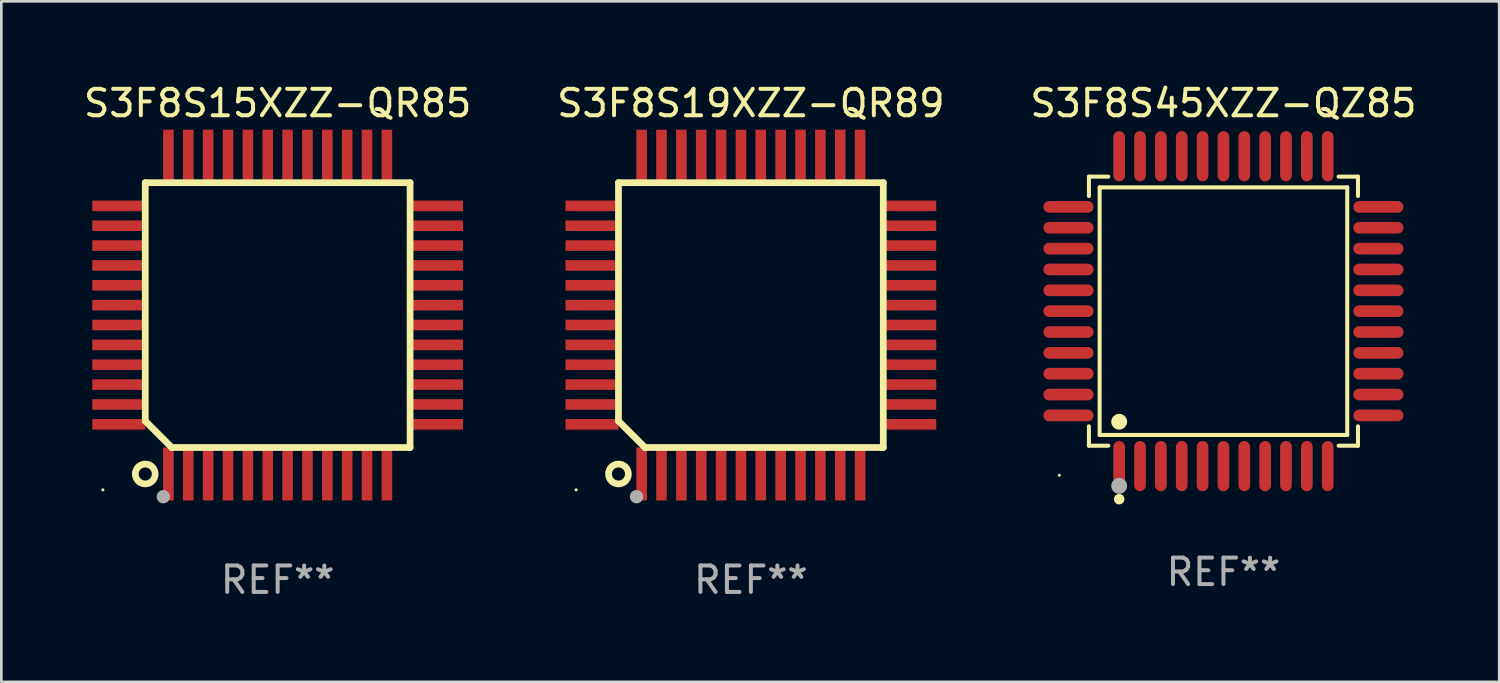
<source format=kicad_pcb>
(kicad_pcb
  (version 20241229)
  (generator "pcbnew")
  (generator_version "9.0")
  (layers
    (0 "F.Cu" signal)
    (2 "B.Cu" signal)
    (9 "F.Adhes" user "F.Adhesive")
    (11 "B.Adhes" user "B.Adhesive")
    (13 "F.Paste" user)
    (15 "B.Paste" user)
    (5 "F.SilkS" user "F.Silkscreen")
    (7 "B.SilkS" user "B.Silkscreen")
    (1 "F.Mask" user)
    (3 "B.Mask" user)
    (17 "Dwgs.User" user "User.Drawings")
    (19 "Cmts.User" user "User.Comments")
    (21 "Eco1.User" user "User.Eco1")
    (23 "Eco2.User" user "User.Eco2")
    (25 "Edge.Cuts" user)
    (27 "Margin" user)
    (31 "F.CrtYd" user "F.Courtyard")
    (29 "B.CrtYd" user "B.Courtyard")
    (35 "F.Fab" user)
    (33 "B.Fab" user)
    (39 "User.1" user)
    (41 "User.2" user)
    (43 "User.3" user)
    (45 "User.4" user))
  (footprint "S3F8S19XZZ-QR89"
    (layer "F.Cu")
    (at 25.304 8.848)
    (property "Reference" "S3F8S19XZZ-QR89" (at 0 -8 0) (layer "F.SilkS") (effects (font (size 1 1) (thickness 0.15))))
    (attr through_hole)
    (fp_line (start -5 -5) (end 5 -5) (stroke (width 0.254) (type solid)) (layer "F.SilkS"))
    (fp_line (start -5 4) (end -5 -5) (stroke (width 0.254) (type solid)) (layer "F.SilkS"))
    (fp_line (start -4 5) (end -5 4) (stroke (width 0.254) (type solid)) (layer "F.SilkS"))
    (fp_line (start 5 -5) (end 5 5) (stroke (width 0.254) (type solid)) (layer "F.SilkS"))
    (fp_line (start 5 5) (end -4 5) (stroke (width 0.254) (type solid)) (layer "F.SilkS"))
    (fp_circle (center -6.6 6.6) (end -6.57 6.6) (stroke (width 0.06) (type solid)) (fill no) (layer "F.SilkS"))
    (fp_circle (center -5 6) (end -4.625 6) (stroke (width 0.254) (type solid)) (fill no) (layer "F.SilkS"))
    (fp_circle (center -4.318 6.858) (end -4.191 6.858) (stroke (width 0.254) (type solid)) (fill no) (layer "F.Fab"))
    (fp_text user "REF**" (at 0 10 0) (layer "F.Fab") (effects (font (size 1 1) (thickness 0.15))))
    (pad "1" smd rect (at -4.125 6) (size 0.4 2) (layers "F.Cu" "F.Mask" "F.Paste"))
    (pad "2" smd rect (at -3.375 6) (size 0.4 2) (layers "F.Cu" "F.Mask" "F.Paste"))
    (pad "3" smd rect (at -2.625 6) (size 0.4 2) (layers "F.Cu" "F.Mask" "F.Paste"))
    (pad "4" smd rect (at -1.875 6) (size 0.4 2) (layers "F.Cu" "F.Mask" "F.Paste"))
    (pad "5" smd rect (at -1.125 6) (size 0.4 2) (layers "F.Cu" "F.Mask" "F.Paste"))
    (pad "6" smd rect (at -0.375 6) (size 0.4 2) (layers "F.Cu" "F.Mask" "F.Paste"))
    (pad "7" smd rect (at 0.375 6) (size 0.4 2) (layers "F.Cu" "F.Mask" "F.Paste"))
    (pad "8" smd rect (at 1.125 6) (size 0.4 2) (layers "F.Cu" "F.Mask" "F.Paste"))
    (pad "9" smd rect (at 1.875 6) (size 0.4 2) (layers "F.Cu" "F.Mask" "F.Paste"))
    (pad "10" smd rect (at 2.625 6) (size 0.4 2) (layers "F.Cu" "F.Mask" "F.Paste"))
    (pad "11" smd rect (at 3.375 6) (size 0.4 2) (layers "F.Cu" "F.Mask" "F.Paste"))
    (pad "12" smd rect (at 4.125 6) (size 0.4 2) (layers "F.Cu" "F.Mask" "F.Paste"))
    (pad "13" smd rect (at 6 4.125 90) (size 0.4 2) (layers "F.Cu" "F.Mask" "F.Paste"))
    (pad "14" smd rect (at 6 3.375 90) (size 0.4 2) (layers "F.Cu" "F.Mask" "F.Paste"))
    (pad "15" smd rect (at 6 2.625 90) (size 0.4 2) (layers "F.Cu" "F.Mask" "F.Paste"))
    (pad "16" smd rect (at 6 1.875 90) (size 0.4 2) (layers "F.Cu" "F.Mask" "F.Paste"))
    (pad "17" smd rect (at 6 1.125 90) (size 0.4 2) (layers "F.Cu" "F.Mask" "F.Paste"))
    (pad "18" smd rect (at 6 0.375 90) (size 0.4 2) (layers "F.Cu" "F.Mask" "F.Paste"))
    (pad "19" smd rect (at 6 -0.375 90) (size 0.4 2) (layers "F.Cu" "F.Mask" "F.Paste"))
    (pad "20" smd rect (at 6 -1.125 90) (size 0.4 2) (layers "F.Cu" "F.Mask" "F.Paste"))
    (pad "21" smd rect (at 6 -1.875 90) (size 0.4 2) (layers "F.Cu" "F.Mask" "F.Paste"))
    (pad "22" smd rect (at 6 -2.625 90) (size 0.4 2) (layers "F.Cu" "F.Mask" "F.Paste"))
    (pad "23" smd rect (at 6 -3.375 90) (size 0.4 2) (layers "F.Cu" "F.Mask" "F.Paste"))
    (pad "24" smd rect (at 6 -4.125 90) (size 0.4 2) (layers "F.Cu" "F.Mask" "F.Paste"))
    (pad "25" smd rect (at 4.125 -6 180) (size 0.4 2) (layers "F.Cu" "F.Mask" "F.Paste"))
    (pad "26" smd rect (at 3.375 -6 180) (size 0.4 2) (layers "F.Cu" "F.Mask" "F.Paste"))
    (pad "27" smd rect (at 2.625 -6 180) (size 0.4 2) (layers "F.Cu" "F.Mask" "F.Paste"))
    (pad "28" smd rect (at 1.875 -6 180) (size 0.4 2) (layers "F.Cu" "F.Mask" "F.Paste"))
    (pad "29" smd rect (at 1.125 -6 180) (size 0.4 2) (layers "F.Cu" "F.Mask" "F.Paste"))
    (pad "30" smd rect (at 0.375 -6 180) (size 0.4 2) (layers "F.Cu" "F.Mask" "F.Paste"))
    (pad "31" smd rect (at -0.375 -6 180) (size 0.4 2) (layers "F.Cu" "F.Mask" "F.Paste"))
    (pad "32" smd rect (at -1.125 -6 180) (size 0.4 2) (layers "F.Cu" "F.Mask" "F.Paste"))
    (pad "33" smd rect (at -1.875 -6 180) (size 0.4 2) (layers "F.Cu" "F.Mask" "F.Paste"))
    (pad "34" smd rect (at -2.625 -6 180) (size 0.4 2) (layers "F.Cu" "F.Mask" "F.Paste"))
    (pad "35" smd rect (at -3.375 -6 180) (size 0.4 2) (layers "F.Cu" "F.Mask" "F.Paste"))
    (pad "36" smd rect (at -4.125 -6 180) (size 0.4 2) (layers "F.Cu" "F.Mask" "F.Paste"))
    (pad "37" smd rect (at -6 -4.125 270) (size 0.4 2) (layers "F.Cu" "F.Mask" "F.Paste"))
    (pad "38" smd rect (at -6 -3.375 270) (size 0.4 2) (layers "F.Cu" "F.Mask" "F.Paste"))
    (pad "39" smd rect (at -6 -2.625 270) (size 0.4 2) (layers "F.Cu" "F.Mask" "F.Paste"))
    (pad "40" smd rect (at -6 -1.875 270) (size 0.4 2) (layers "F.Cu" "F.Mask" "F.Paste"))
    (pad "41" smd rect (at -6 -1.125 270) (size 0.4 2) (layers "F.Cu" "F.Mask" "F.Paste"))
    (pad "42" smd rect (at -6 -0.375 270) (size 0.4 2) (layers "F.Cu" "F.Mask" "F.Paste"))
    (pad "43" smd rect (at -6 0.375 270) (size 0.4 2) (layers "F.Cu" "F.Mask" "F.Paste"))
    (pad "44" smd rect (at -6 1.125 270) (size 0.4 2) (layers "F.Cu" "F.Mask" "F.Paste"))
    (pad "45" smd rect (at -6 1.875 270) (size 0.4 2) (layers "F.Cu" "F.Mask" "F.Paste"))
    (pad "46" smd rect (at -6 2.625 270) (size 0.4 2) (layers "F.Cu" "F.Mask" "F.Paste"))
    (pad "47" smd rect (at -6 3.375 270) (size 0.4 2) (layers "F.Cu" "F.Mask" "F.Paste"))
    (pad "48" smd rect (at -6 4.125 270) (size 0.4 2) (layers "F.Cu" "F.Mask" "F.Paste")))
  (footprint "S3F8S15XZZ-QR85"
    (layer "F.Cu")
    (at 7.435 8.848)
    (property "Reference" "S3F8S15XZZ-QR85" (at 0 -8 0) (layer "F.SilkS") (effects (font (size 1 1) (thickness 0.15))))
    (attr through_hole)
    (fp_line (start -5 -5) (end 5 -5) (stroke (width 0.254) (type solid)) (layer "F.SilkS"))
    (fp_line (start -5 4) (end -5 -5) (stroke (width 0.254) (type solid)) (layer "F.SilkS"))
    (fp_line (start -4 5) (end -5 4) (stroke (width 0.254) (type solid)) (layer "F.SilkS"))
    (fp_line (start 5 -5) (end 5 5) (stroke (width 0.254) (type solid)) (layer "F.SilkS"))
    (fp_line (start 5 5) (end -4 5) (stroke (width 0.254) (type solid)) (layer "F.SilkS"))
    (fp_circle (center -6.6 6.6) (end -6.57 6.6) (stroke (width 0.06) (type solid)) (fill no) (layer "F.SilkS"))
    (fp_circle (center -5 6) (end -4.625 6) (stroke (width 0.254) (type solid)) (fill no) (layer "F.SilkS"))
    (fp_circle (center -4.318 6.858) (end -4.191 6.858) (stroke (width 0.254) (type solid)) (fill no) (layer "F.Fab"))
    (fp_text user "REF**" (at 0 10 0) (layer "F.Fab") (effects (font (size 1 1) (thickness 0.15))))
    (pad "1" smd rect (at -4.125 6) (size 0.4 2) (layers "F.Cu" "F.Mask" "F.Paste"))
    (pad "2" smd rect (at -3.375 6) (size 0.4 2) (layers "F.Cu" "F.Mask" "F.Paste"))
    (pad "3" smd rect (at -2.625 6) (size 0.4 2) (layers "F.Cu" "F.Mask" "F.Paste"))
    (pad "4" smd rect (at -1.875 6) (size 0.4 2) (layers "F.Cu" "F.Mask" "F.Paste"))
    (pad "5" smd rect (at -1.125 6) (size 0.4 2) (layers "F.Cu" "F.Mask" "F.Paste"))
    (pad "6" smd rect (at -0.375 6) (size 0.4 2) (layers "F.Cu" "F.Mask" "F.Paste"))
    (pad "7" smd rect (at 0.375 6) (size 0.4 2) (layers "F.Cu" "F.Mask" "F.Paste"))
    (pad "8" smd rect (at 1.125 6) (size 0.4 2) (layers "F.Cu" "F.Mask" "F.Paste"))
    (pad "9" smd rect (at 1.875 6) (size 0.4 2) (layers "F.Cu" "F.Mask" "F.Paste"))
    (pad "10" smd rect (at 2.625 6) (size 0.4 2) (layers "F.Cu" "F.Mask" "F.Paste"))
    (pad "11" smd rect (at 3.375 6) (size 0.4 2) (layers "F.Cu" "F.Mask" "F.Paste"))
    (pad "12" smd rect (at 4.125 6) (size 0.4 2) (layers "F.Cu" "F.Mask" "F.Paste"))
    (pad "13" smd rect (at 6 4.125 90) (size 0.4 2) (layers "F.Cu" "F.Mask" "F.Paste"))
    (pad "14" smd rect (at 6 3.375 90) (size 0.4 2) (layers "F.Cu" "F.Mask" "F.Paste"))
    (pad "15" smd rect (at 6 2.625 90) (size 0.4 2) (layers "F.Cu" "F.Mask" "F.Paste"))
    (pad "16" smd rect (at 6 1.875 90) (size 0.4 2) (layers "F.Cu" "F.Mask" "F.Paste"))
    (pad "17" smd rect (at 6 1.125 90) (size 0.4 2) (layers "F.Cu" "F.Mask" "F.Paste"))
    (pad "18" smd rect (at 6 0.375 90) (size 0.4 2) (layers "F.Cu" "F.Mask" "F.Paste"))
    (pad "19" smd rect (at 6 -0.375 90) (size 0.4 2) (layers "F.Cu" "F.Mask" "F.Paste"))
    (pad "20" smd rect (at 6 -1.125 90) (size 0.4 2) (layers "F.Cu" "F.Mask" "F.Paste"))
    (pad "21" smd rect (at 6 -1.875 90) (size 0.4 2) (layers "F.Cu" "F.Mask" "F.Paste"))
    (pad "22" smd rect (at 6 -2.625 90) (size 0.4 2) (layers "F.Cu" "F.Mask" "F.Paste"))
    (pad "23" smd rect (at 6 -3.375 90) (size 0.4 2) (layers "F.Cu" "F.Mask" "F.Paste"))
    (pad "24" smd rect (at 6 -4.125 90) (size 0.4 2) (layers "F.Cu" "F.Mask" "F.Paste"))
    (pad "25" smd rect (at 4.125 -6 180) (size 0.4 2) (layers "F.Cu" "F.Mask" "F.Paste"))
    (pad "26" smd rect (at 3.375 -6 180) (size 0.4 2) (layers "F.Cu" "F.Mask" "F.Paste"))
    (pad "27" smd rect (at 2.625 -6 180) (size 0.4 2) (layers "F.Cu" "F.Mask" "F.Paste"))
    (pad "28" smd rect (at 1.875 -6 180) (size 0.4 2) (layers "F.Cu" "F.Mask" "F.Paste"))
    (pad "29" smd rect (at 1.125 -6 180) (size 0.4 2) (layers "F.Cu" "F.Mask" "F.Paste"))
    (pad "30" smd rect (at 0.375 -6 180) (size 0.4 2) (layers "F.Cu" "F.Mask" "F.Paste"))
    (pad "31" smd rect (at -0.375 -6 180) (size 0.4 2) (layers "F.Cu" "F.Mask" "F.Paste"))
    (pad "32" smd rect (at -1.125 -6 180) (size 0.4 2) (layers "F.Cu" "F.Mask" "F.Paste"))
    (pad "33" smd rect (at -1.875 -6 180) (size 0.4 2) (layers "F.Cu" "F.Mask" "F.Paste"))
    (pad "34" smd rect (at -2.625 -6 180) (size 0.4 2) (layers "F.Cu" "F.Mask" "F.Paste"))
    (pad "35" smd rect (at -3.375 -6 180) (size 0.4 2) (layers "F.Cu" "F.Mask" "F.Paste"))
    (pad "36" smd rect (at -4.125 -6 180) (size 0.4 2) (layers "F.Cu" "F.Mask" "F.Paste"))
    (pad "37" smd rect (at -6 -4.125 270) (size 0.4 2) (layers "F.Cu" "F.Mask" "F.Paste"))
    (pad "38" smd rect (at -6 -3.375 270) (size 0.4 2) (layers "F.Cu" "F.Mask" "F.Paste"))
    (pad "39" smd rect (at -6 -2.625 270) (size 0.4 2) (layers "F.Cu" "F.Mask" "F.Paste"))
    (pad "40" smd rect (at -6 -1.875 270) (size 0.4 2) (layers "F.Cu" "F.Mask" "F.Paste"))
    (pad "41" smd rect (at -6 -1.125 270) (size 0.4 2) (layers "F.Cu" "F.Mask" "F.Paste"))
    (pad "42" smd rect (at -6 -0.375 270) (size 0.4 2) (layers "F.Cu" "F.Mask" "F.Paste"))
    (pad "43" smd rect (at -6 0.375 270) (size 0.4 2) (layers "F.Cu" "F.Mask" "F.Paste"))
    (pad "44" smd rect (at -6 1.125 270) (size 0.4 2) (layers "F.Cu" "F.Mask" "F.Paste"))
    (pad "45" smd rect (at -6 1.875 270) (size 0.4 2) (layers "F.Cu" "F.Mask" "F.Paste"))
    (pad "46" smd rect (at -6 2.625 270) (size 0.4 2) (layers "F.Cu" "F.Mask" "F.Paste"))
    (pad "47" smd rect (at -6 3.375 270) (size 0.4 2) (layers "F.Cu" "F.Mask" "F.Paste"))
    (pad "48" smd rect (at -6 4.125 270) (size 0.4 2) (layers "F.Cu" "F.Mask" "F.Paste")))
  (footprint "S3F8S45XZZ-QZ85"
    (layer "F.Cu")
    (at 43.149 8.7)
    (property "Reference" "S3F8S45XZZ-QZ85" (at 0 -7.851 0) (layer "F.SilkS") (effects (font (size 1 1) (thickness 0.15))))
    (attr through_hole)
    (fp_line (start -5.08 -5.08) (end -4.348 -5.08) (stroke (width 0.152) (type solid)) (layer "F.SilkS"))
    (fp_line (start -5.08 -4.348) (end -5.08 -5.08) (stroke (width 0.152) (type solid)) (layer "F.SilkS"))
    (fp_line (start -5.08 4.348) (end -5.08 5.08) (stroke (width 0.152) (type solid)) (layer "F.SilkS"))
    (fp_line (start -5.08 5.08) (end -4.348 5.08) (stroke (width 0.152) (type solid)) (layer "F.SilkS"))
    (fp_line (start -4.675 -4.675) (end 4.675 -4.675) (stroke (width 0.152) (type solid)) (layer "F.SilkS"))
    (fp_line (start -4.675 4.675) (end -4.675 -4.675) (stroke (width 0.152) (type solid)) (layer "F.SilkS"))
    (fp_line (start 4.675 -4.675) (end 4.675 4.675) (stroke (width 0.152) (type solid)) (layer "F.SilkS"))
    (fp_line (start 4.675 4.675) (end -4.675 4.675) (stroke (width 0.152) (type solid)) (layer "F.SilkS"))
    (fp_line (start 5.08 -5.08) (end 4.348 -5.08) (stroke (width 0.152) (type solid)) (layer "F.SilkS"))
    (fp_line (start 5.08 -4.348) (end 5.08 -5.08) (stroke (width 0.152) (type solid)) (layer "F.SilkS"))
    (fp_line (start 5.08 4.348) (end 5.08 5.08) (stroke (width 0.152) (type solid)) (layer "F.SilkS"))
    (fp_line (start 5.08 5.08) (end 4.348 5.08) (stroke (width 0.152) (type solid)) (layer "F.SilkS"))
    (fp_circle (center -6.198 6.198) (end -6.168 6.198) (stroke (width 0.06) (type solid)) (fill no) (layer "F.SilkS"))
    (fp_circle (center -3.937 4.175) (end -3.787 4.175) (stroke (width 0.3) (type solid)) (fill no) (layer "F.SilkS"))
    (fp_circle (center -3.937 7.099) (end -3.837 7.099) (stroke (width 0.2) (type solid)) (fill no) (layer "F.SilkS"))
    (fp_circle (center -3.937 6.598) (end -3.787 6.598) (stroke (width 0.3) (type solid)) (fill no) (layer "F.Fab"))
    (fp_text user "REF**" (at 0 9.851 0) (layer "F.Fab") (effects (font (size 1 1) (thickness 0.15))))
    (pad "1" smd oval (at -3.937 5.851) (size 0.441 1.895) (layers "F.Cu" "F.Mask" "F.Paste"))
    (pad "2" smd oval (at -3.15 5.851) (size 0.441 1.895) (layers "F.Cu" "F.Mask" "F.Paste"))
    (pad "3" smd oval (at -2.362 5.851) (size 0.441 1.895) (layers "F.Cu" "F.Mask" "F.Paste"))
    (pad "4" smd oval (at -1.575 5.851) (size 0.441 1.895) (layers "F.Cu" "F.Mask" "F.Paste"))
    (pad "5" smd oval (at -0.787 5.851) (size 0.441 1.895) (layers "F.Cu" "F.Mask" "F.Paste"))
    (pad "6" smd oval (at 0 5.851) (size 0.441 1.895) (layers "F.Cu" "F.Mask" "F.Paste"))
    (pad "7" smd oval (at 0.787 5.851) (size 0.441 1.895) (layers "F.Cu" "F.Mask" "F.Paste"))
    (pad "8" smd oval (at 1.575 5.851) (size 0.441 1.895) (layers "F.Cu" "F.Mask" "F.Paste"))
    (pad "9" smd oval (at 2.362 5.851) (size 0.441 1.895) (layers "F.Cu" "F.Mask" "F.Paste"))
    (pad "10" smd oval (at 3.15 5.851) (size 0.441 1.895) (layers "F.Cu" "F.Mask" "F.Paste"))
    (pad "11" smd oval (at 3.937 5.851) (size 0.441 1.895) (layers "F.Cu" "F.Mask" "F.Paste"))
    (pad "12" smd oval (at 5.851 3.937) (size 1.895 0.441) (layers "F.Cu" "F.Mask" "F.Paste"))
    (pad "13" smd oval (at 5.851 3.15) (size 1.895 0.441) (layers "F.Cu" "F.Mask" "F.Paste"))
    (pad "14" smd oval (at 5.851 2.362) (size 1.895 0.441) (layers "F.Cu" "F.Mask" "F.Paste"))
    (pad "15" smd oval (at 5.851 1.575) (size 1.895 0.441) (layers "F.Cu" "F.Mask" "F.Paste"))
    (pad "16" smd oval (at 5.851 0.787) (size 1.895 0.441) (layers "F.Cu" "F.Mask" "F.Paste"))
    (pad "17" smd oval (at 5.851 0) (size 1.895 0.441) (layers "F.Cu" "F.Mask" "F.Paste"))
    (pad "18" smd oval (at 5.851 -0.787) (size 1.895 0.441) (layers "F.Cu" "F.Mask" "F.Paste"))
    (pad "19" smd oval (at 5.851 -1.575) (size 1.895 0.441) (layers "F.Cu" "F.Mask" "F.Paste"))
    (pad "20" smd oval (at 5.851 -2.362) (size 1.895 0.441) (layers "F.Cu" "F.Mask" "F.Paste"))
    (pad "21" smd oval (at 5.851 -3.15) (size 1.895 0.441) (layers "F.Cu" "F.Mask" "F.Paste"))
    (pad "22" smd oval (at 5.851 -3.937) (size 1.895 0.441) (layers "F.Cu" "F.Mask" "F.Paste"))
    (pad "23" smd oval (at 3.937 -5.851) (size 0.441 1.895) (layers "F.Cu" "F.Mask" "F.Paste"))
    (pad "24" smd oval (at 3.15 -5.851) (size 0.441 1.895) (layers "F.Cu" "F.Mask" "F.Paste"))
    (pad "25" smd oval (at 2.362 -5.851) (size 0.441 1.895) (layers "F.Cu" "F.Mask" "F.Paste"))
    (pad "26" smd oval (at 1.575 -5.851) (size 0.441 1.895) (layers "F.Cu" "F.Mask" "F.Paste"))
    (pad "27" smd oval (at 0.787 -5.851) (size 0.441 1.895) (layers "F.Cu" "F.Mask" "F.Paste"))
    (pad "28" smd oval (at 0 -5.851) (size 0.441 1.895) (layers "F.Cu" "F.Mask" "F.Paste"))
    (pad "29" smd oval (at -0.787 -5.851) (size 0.441 1.895) (layers "F.Cu" "F.Mask" "F.Paste"))
    (pad "30" smd oval (at -1.575 -5.851) (size 0.441 1.895) (layers "F.Cu" "F.Mask" "F.Paste"))
    (pad "31" smd oval (at -2.362 -5.851) (size 0.441 1.895) (layers "F.Cu" "F.Mask" "F.Paste"))
    (pad "32" smd oval (at -3.15 -5.851) (size 0.441 1.895) (layers "F.Cu" "F.Mask" "F.Paste"))
    (pad "33" smd oval (at -3.937 -5.851) (size 0.441 1.895) (layers "F.Cu" "F.Mask" "F.Paste"))
    (pad "34" smd oval (at -5.851 -3.937) (size 1.895 0.441) (layers "F.Cu" "F.Mask" "F.Paste"))
    (pad "35" smd oval (at -5.851 -3.15) (size 1.895 0.441) (layers "F.Cu" "F.Mask" "F.Paste"))
    (pad "36" smd oval (at -5.851 -2.362) (size 1.895 0.441) (layers "F.Cu" "F.Mask" "F.Paste"))
    (pad "37" smd oval (at -5.851 -1.575) (size 1.895 0.441) (layers "F.Cu" "F.Mask" "F.Paste"))
    (pad "38" smd oval (at -5.851 -0.787) (size 1.895 0.441) (layers "F.Cu" "F.Mask" "F.Paste"))
    (pad "39" smd oval (at -5.851 0) (size 1.895 0.441) (layers "F.Cu" "F.Mask" "F.Paste"))
    (pad "40" smd oval (at -5.851 0.787) (size 1.895 0.441) (layers "F.Cu" "F.Mask" "F.Paste"))
    (pad "41" smd oval (at -5.851 1.575) (size 1.895 0.441) (layers "F.Cu" "F.Mask" "F.Paste"))
    (pad "42" smd oval (at -5.851 2.362) (size 1.895 0.441) (layers "F.Cu" "F.Mask" "F.Paste"))
    (pad "43" smd oval (at -5.851 3.15) (size 1.895 0.441) (layers "F.Cu" "F.Mask" "F.Paste"))
    (pad "44" smd oval (at -5.851 3.937) (size 1.895 0.441) (layers "F.Cu" "F.Mask" "F.Paste")))
  (gr_rect
    (start -3 -3)
    (end 53.56 22.697)
    (stroke (width 0.1) (type default))
    (fill no)
    (layer "Edge.Cuts")))
</source>
